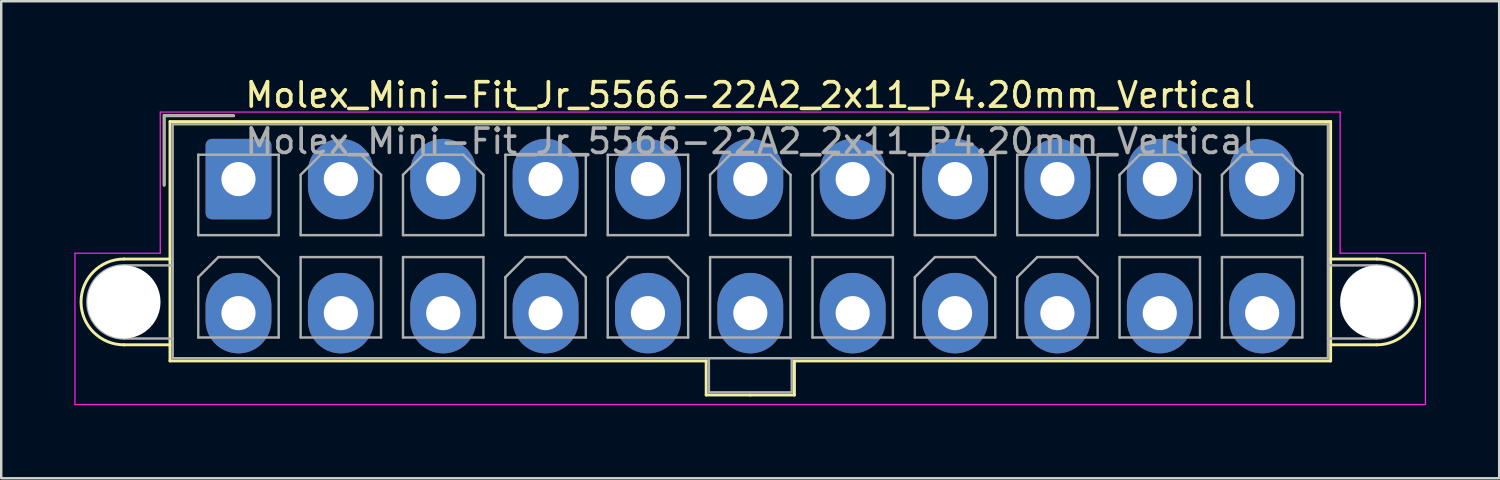
<source format=kicad_pcb>
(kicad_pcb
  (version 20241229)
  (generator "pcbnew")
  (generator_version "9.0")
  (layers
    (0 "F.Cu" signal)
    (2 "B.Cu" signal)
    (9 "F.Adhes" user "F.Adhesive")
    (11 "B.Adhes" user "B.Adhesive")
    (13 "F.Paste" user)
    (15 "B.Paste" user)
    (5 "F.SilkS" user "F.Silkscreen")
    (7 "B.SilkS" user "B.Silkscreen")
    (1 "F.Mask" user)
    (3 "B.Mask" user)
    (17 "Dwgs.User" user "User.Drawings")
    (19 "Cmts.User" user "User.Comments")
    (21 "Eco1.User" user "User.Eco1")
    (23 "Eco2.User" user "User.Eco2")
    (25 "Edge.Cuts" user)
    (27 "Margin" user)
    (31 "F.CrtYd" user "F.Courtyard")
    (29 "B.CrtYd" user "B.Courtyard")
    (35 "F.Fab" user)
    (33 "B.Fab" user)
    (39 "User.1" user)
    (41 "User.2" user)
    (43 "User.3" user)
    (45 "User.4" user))
  (footprint "Molex_Mini-Fit_Jr_5566-22A2_2x11_P4.20mm_Vertical"
    (layer "F.Cu")
    (at 6.735 4.298)
    (property "Reference" "Molex_Mini-Fit_Jr_5566-22A2_2x11_P4.20mm_Vertical" (at 21 -3.45 0) (layer "F.SilkS") (effects (font (size 1 1) (thickness 0.15))))
    (attr through_hole)
    (fp_line (start -4.7 3.28) (end -2.81 3.28) (stroke (width 0.12) (type solid)) (layer "F.SilkS"))
    (fp_line (start -4.7 6.8) (end -2.81 6.8) (stroke (width 0.12) (type solid)) (layer "F.SilkS"))
    (fp_line (start -3.05 -2.6) (end -3.05 0.25) (stroke (width 0.12) (type solid)) (layer "F.SilkS"))
    (fp_line (start -2.81 -2.36) (end -2.81 7.46) (stroke (width 0.12) (type solid)) (layer "F.SilkS"))
    (fp_line (start -2.81 7.46) (end 19.19 7.46) (stroke (width 0.12) (type solid)) (layer "F.SilkS"))
    (fp_line (start -0.2 -2.6) (end -3.05 -2.6) (stroke (width 0.12) (type solid)) (layer "F.SilkS"))
    (fp_line (start 19.19 7.46) (end 19.19 8.86) (stroke (width 0.12) (type solid)) (layer "F.SilkS"))
    (fp_line (start 19.19 8.86) (end 21 8.86) (stroke (width 0.12) (type solid)) (layer "F.SilkS"))
    (fp_line (start 21 -2.36) (end -2.81 -2.36) (stroke (width 0.12) (type solid)) (layer "F.SilkS"))
    (fp_line (start 21 -2.36) (end 44.81 -2.36) (stroke (width 0.12) (type solid)) (layer "F.SilkS"))
    (fp_line (start 22.81 7.46) (end 22.81 8.86) (stroke (width 0.12) (type solid)) (layer "F.SilkS"))
    (fp_line (start 22.81 8.86) (end 21 8.86) (stroke (width 0.12) (type solid)) (layer "F.SilkS"))
    (fp_line (start 44.81 -2.36) (end 44.81 7.46) (stroke (width 0.12) (type solid)) (layer "F.SilkS"))
    (fp_line (start 44.81 7.46) (end 22.81 7.46) (stroke (width 0.12) (type solid)) (layer "F.SilkS"))
    (fp_line (start 46.7 3.28) (end 44.81 3.28) (stroke (width 0.12) (type solid)) (layer "F.SilkS"))
    (fp_line (start 46.7 6.8) (end 44.81 6.8) (stroke (width 0.12) (type solid)) (layer "F.SilkS"))
    (fp_arc (start -4.7 6.8) (mid -6.46 5.04) (end -4.7 3.28) (stroke (width 0.12) (type solid)) (layer "F.SilkS"))
    (fp_arc (start 46.7 3.28) (mid 48.46 5.04) (end 46.7 6.8) (stroke (width 0.12) (type solid)) (layer "F.SilkS"))
    (fp_line (start -6.71 3.04) (end -6.71 9.25) (stroke (width 0.05) (type solid)) (layer "F.CrtYd"))
    (fp_line (start -6.71 9.25) (end 48.7 9.25) (stroke (width 0.05) (type solid)) (layer "F.CrtYd"))
    (fp_line (start -3.21 -2.75) (end -3.21 3.04) (stroke (width 0.05) (type solid)) (layer "F.CrtYd"))
    (fp_line (start -3.21 3.04) (end -6.71 3.04) (stroke (width 0.05) (type solid)) (layer "F.CrtYd"))
    (fp_line (start 45.2 -2.75) (end -3.21 -2.75) (stroke (width 0.05) (type solid)) (layer "F.CrtYd"))
    (fp_line (start 45.2 3.04) (end 45.2 -2.75) (stroke (width 0.05) (type solid)) (layer "F.CrtYd"))
    (fp_line (start 48.7 3.04) (end 45.2 3.04) (stroke (width 0.05) (type solid)) (layer "F.CrtYd"))
    (fp_line (start 48.7 9.25) (end 48.7 3.04) (stroke (width 0.05) (type solid)) (layer "F.CrtYd"))
    (fp_line (start -4.7 3.54) (end -2.7 3.54) (stroke (width 0.1) (type solid)) (layer "F.Fab"))
    (fp_line (start -4.7 6.54) (end -2.7 6.54) (stroke (width 0.1) (type solid)) (layer "F.Fab"))
    (fp_line (start -3.05 -2.6) (end -3.05 0.25) (stroke (width 0.1) (type solid)) (layer "F.Fab"))
    (fp_line (start -2.7 -2.25) (end -2.7 7.35) (stroke (width 0.1) (type solid)) (layer "F.Fab"))
    (fp_line (start -2.7 7.35) (end 44.7 7.35) (stroke (width 0.1) (type solid)) (layer "F.Fab"))
    (fp_line (start -1.65 -1) (end -1.65 2.3) (stroke (width 0.1) (type solid)) (layer "F.Fab"))
    (fp_line (start -1.65 2.3) (end 1.65 2.3) (stroke (width 0.1) (type solid)) (layer "F.Fab"))
    (fp_line (start -1.65 4.025) (end -0.825 3.2) (stroke (width 0.1) (type solid)) (layer "F.Fab"))
    (fp_line (start -1.65 6.5) (end -1.65 4.025) (stroke (width 0.1) (type solid)) (layer "F.Fab"))
    (fp_line (start -0.825 3.2) (end 0.825 3.2) (stroke (width 0.1) (type solid)) (layer "F.Fab"))
    (fp_line (start -0.2 -2.6) (end -3.05 -2.6) (stroke (width 0.1) (type solid)) (layer "F.Fab"))
    (fp_line (start 0.825 3.2) (end 1.65 4.025) (stroke (width 0.1) (type solid)) (layer "F.Fab"))
    (fp_line (start 1.65 -1) (end -1.65 -1) (stroke (width 0.1) (type solid)) (layer "F.Fab"))
    (fp_line (start 1.65 2.3) (end 1.65 -1) (stroke (width 0.1) (type solid)) (layer "F.Fab"))
    (fp_line (start 1.65 4.025) (end 1.65 6.5) (stroke (width 0.1) (type solid)) (layer "F.Fab"))
    (fp_line (start 1.65 6.5) (end -1.65 6.5) (stroke (width 0.1) (type solid)) (layer "F.Fab"))
    (fp_line (start 2.55 -0.175) (end 3.375 -1) (stroke (width 0.1) (type solid)) (layer "F.Fab"))
    (fp_line (start 2.55 2.3) (end 2.55 -0.175) (stroke (width 0.1) (type solid)) (layer "F.Fab"))
    (fp_line (start 2.55 3.2) (end 2.55 6.5) (stroke (width 0.1) (type solid)) (layer "F.Fab"))
    (fp_line (start 2.55 6.5) (end 5.85 6.5) (stroke (width 0.1) (type solid)) (layer "F.Fab"))
    (fp_line (start 3.375 -1) (end 5.025 -1) (stroke (width 0.1) (type solid)) (layer "F.Fab"))
    (fp_line (start 5.025 -1) (end 5.85 -0.175) (stroke (width 0.1) (type solid)) (layer "F.Fab"))
    (fp_line (start 5.85 -0.175) (end 5.85 2.3) (stroke (width 0.1) (type solid)) (layer "F.Fab"))
    (fp_line (start 5.85 2.3) (end 2.55 2.3) (stroke (width 0.1) (type solid)) (layer "F.Fab"))
    (fp_line (start 5.85 3.2) (end 2.55 3.2) (stroke (width 0.1) (type solid)) (layer "F.Fab"))
    (fp_line (start 5.85 6.5) (end 5.85 3.2) (stroke (width 0.1) (type solid)) (layer "F.Fab"))
    (fp_line (start 6.75 -0.175) (end 7.575 -1) (stroke (width 0.1) (type solid)) (layer "F.Fab"))
    (fp_line (start 6.75 2.3) (end 6.75 -0.175) (stroke (width 0.1) (type solid)) (layer "F.Fab"))
    (fp_line (start 6.75 3.2) (end 6.75 6.5) (stroke (width 0.1) (type solid)) (layer "F.Fab"))
    (fp_line (start 6.75 6.5) (end 10.05 6.5) (stroke (width 0.1) (type solid)) (layer "F.Fab"))
    (fp_line (start 7.575 -1) (end 9.225 -1) (stroke (width 0.1) (type solid)) (layer "F.Fab"))
    (fp_line (start 9.225 -1) (end 10.05 -0.175) (stroke (width 0.1) (type solid)) (layer "F.Fab"))
    (fp_line (start 10.05 -0.175) (end 10.05 2.3) (stroke (width 0.1) (type solid)) (layer "F.Fab"))
    (fp_line (start 10.05 2.3) (end 6.75 2.3) (stroke (width 0.1) (type solid)) (layer "F.Fab"))
    (fp_line (start 10.05 3.2) (end 6.75 3.2) (stroke (width 0.1) (type solid)) (layer "F.Fab"))
    (fp_line (start 10.05 6.5) (end 10.05 3.2) (stroke (width 0.1) (type solid)) (layer "F.Fab"))
    (fp_line (start 10.95 -1) (end 10.95 2.3) (stroke (width 0.1) (type solid)) (layer "F.Fab"))
    (fp_line (start 10.95 2.3) (end 14.25 2.3) (stroke (width 0.1) (type solid)) (layer "F.Fab"))
    (fp_line (start 10.95 4.025) (end 11.775 3.2) (stroke (width 0.1) (type solid)) (layer "F.Fab"))
    (fp_line (start 10.95 6.5) (end 10.95 4.025) (stroke (width 0.1) (type solid)) (layer "F.Fab"))
    (fp_line (start 11.775 3.2) (end 13.425 3.2) (stroke (width 0.1) (type solid)) (layer "F.Fab"))
    (fp_line (start 13.425 3.2) (end 14.25 4.025) (stroke (width 0.1) (type solid)) (layer "F.Fab"))
    (fp_line (start 14.25 -1) (end 10.95 -1) (stroke (width 0.1) (type solid)) (layer "F.Fab"))
    (fp_line (start 14.25 2.3) (end 14.25 -1) (stroke (width 0.1) (type solid)) (layer "F.Fab"))
    (fp_line (start 14.25 4.025) (end 14.25 6.5) (stroke (width 0.1) (type solid)) (layer "F.Fab"))
    (fp_line (start 14.25 6.5) (end 10.95 6.5) (stroke (width 0.1) (type solid)) (layer "F.Fab"))
    (fp_line (start 15.15 -1) (end 15.15 2.3) (stroke (width 0.1) (type solid)) (layer "F.Fab"))
    (fp_line (start 15.15 2.3) (end 18.45 2.3) (stroke (width 0.1) (type solid)) (layer "F.Fab"))
    (fp_line (start 15.15 4.025) (end 15.975 3.2) (stroke (width 0.1) (type solid)) (layer "F.Fab"))
    (fp_line (start 15.15 6.5) (end 15.15 4.025) (stroke (width 0.1) (type solid)) (layer "F.Fab"))
    (fp_line (start 15.975 3.2) (end 17.625 3.2) (stroke (width 0.1) (type solid)) (layer "F.Fab"))
    (fp_line (start 17.625 3.2) (end 18.45 4.025) (stroke (width 0.1) (type solid)) (layer "F.Fab"))
    (fp_line (start 18.45 -1) (end 15.15 -1) (stroke (width 0.1) (type solid)) (layer "F.Fab"))
    (fp_line (start 18.45 2.3) (end 18.45 -1) (stroke (width 0.1) (type solid)) (layer "F.Fab"))
    (fp_line (start 18.45 4.025) (end 18.45 6.5) (stroke (width 0.1) (type solid)) (layer "F.Fab"))
    (fp_line (start 18.45 6.5) (end 15.15 6.5) (stroke (width 0.1) (type solid)) (layer "F.Fab"))
    (fp_line (start 19.3 7.35) (end 19.3 8.75) (stroke (width 0.1) (type solid)) (layer "F.Fab"))
    (fp_line (start 19.3 8.75) (end 22.7 8.75) (stroke (width 0.1) (type solid)) (layer "F.Fab"))
    (fp_line (start 19.35 -0.175) (end 20.175 -1) (stroke (width 0.1) (type solid)) (layer "F.Fab"))
    (fp_line (start 19.35 2.3) (end 19.35 -0.175) (stroke (width 0.1) (type solid)) (layer "F.Fab"))
    (fp_line (start 19.35 3.2) (end 19.35 6.5) (stroke (width 0.1) (type solid)) (layer "F.Fab"))
    (fp_line (start 19.35 6.5) (end 22.65 6.5) (stroke (width 0.1) (type solid)) (layer "F.Fab"))
    (fp_line (start 20.175 -1) (end 21.825 -1) (stroke (width 0.1) (type solid)) (layer "F.Fab"))
    (fp_line (start 21.825 -1) (end 22.65 -0.175) (stroke (width 0.1) (type solid)) (layer "F.Fab"))
    (fp_line (start 22.65 -0.175) (end 22.65 2.3) (stroke (width 0.1) (type solid)) (layer "F.Fab"))
    (fp_line (start 22.65 2.3) (end 19.35 2.3) (stroke (width 0.1) (type solid)) (layer "F.Fab"))
    (fp_line (start 22.65 3.2) (end 19.35 3.2) (stroke (width 0.1) (type solid)) (layer "F.Fab"))
    (fp_line (start 22.65 6.5) (end 22.65 3.2) (stroke (width 0.1) (type solid)) (layer "F.Fab"))
    (fp_line (start 22.7 8.75) (end 22.7 7.35) (stroke (width 0.1) (type solid)) (layer "F.Fab"))
    (fp_line (start 23.55 -0.175) (end 24.375 -1) (stroke (width 0.1) (type solid)) (layer "F.Fab"))
    (fp_line (start 23.55 2.3) (end 23.55 -0.175) (stroke (width 0.1) (type solid)) (layer "F.Fab"))
    (fp_line (start 23.55 3.2) (end 23.55 6.5) (stroke (width 0.1) (type solid)) (layer "F.Fab"))
    (fp_line (start 23.55 6.5) (end 26.85 6.5) (stroke (width 0.1) (type solid)) (layer "F.Fab"))
    (fp_line (start 24.375 -1) (end 26.025 -1) (stroke (width 0.1) (type solid)) (layer "F.Fab"))
    (fp_line (start 26.025 -1) (end 26.85 -0.175) (stroke (width 0.1) (type solid)) (layer "F.Fab"))
    (fp_line (start 26.85 -0.175) (end 26.85 2.3) (stroke (width 0.1) (type solid)) (layer "F.Fab"))
    (fp_line (start 26.85 2.3) (end 23.55 2.3) (stroke (width 0.1) (type solid)) (layer "F.Fab"))
    (fp_line (start 26.85 3.2) (end 23.55 3.2) (stroke (width 0.1) (type solid)) (layer "F.Fab"))
    (fp_line (start 26.85 6.5) (end 26.85 3.2) (stroke (width 0.1) (type solid)) (layer "F.Fab"))
    (fp_line (start 27.75 -1) (end 27.75 2.3) (stroke (width 0.1) (type solid)) (layer "F.Fab"))
    (fp_line (start 27.75 2.3) (end 31.05 2.3) (stroke (width 0.1) (type solid)) (layer "F.Fab"))
    (fp_line (start 27.75 4.025) (end 28.575 3.2) (stroke (width 0.1) (type solid)) (layer "F.Fab"))
    (fp_line (start 27.75 6.5) (end 27.75 4.025) (stroke (width 0.1) (type solid)) (layer "F.Fab"))
    (fp_line (start 28.575 3.2) (end 30.225 3.2) (stroke (width 0.1) (type solid)) (layer "F.Fab"))
    (fp_line (start 30.225 3.2) (end 31.05 4.025) (stroke (width 0.1) (type solid)) (layer "F.Fab"))
    (fp_line (start 31.05 -1) (end 27.75 -1) (stroke (width 0.1) (type solid)) (layer "F.Fab"))
    (fp_line (start 31.05 2.3) (end 31.05 -1) (stroke (width 0.1) (type solid)) (layer "F.Fab"))
    (fp_line (start 31.05 4.025) (end 31.05 6.5) (stroke (width 0.1) (type solid)) (layer "F.Fab"))
    (fp_line (start 31.05 6.5) (end 27.75 6.5) (stroke (width 0.1) (type solid)) (layer "F.Fab"))
    (fp_line (start 31.95 -1) (end 31.95 2.3) (stroke (width 0.1) (type solid)) (layer "F.Fab"))
    (fp_line (start 31.95 2.3) (end 35.25 2.3) (stroke (width 0.1) (type solid)) (layer "F.Fab"))
    (fp_line (start 31.95 4.025) (end 32.775 3.2) (stroke (width 0.1) (type solid)) (layer "F.Fab"))
    (fp_line (start 31.95 6.5) (end 31.95 4.025) (stroke (width 0.1) (type solid)) (layer "F.Fab"))
    (fp_line (start 32.775 3.2) (end 34.425 3.2) (stroke (width 0.1) (type solid)) (layer "F.Fab"))
    (fp_line (start 34.425 3.2) (end 35.25 4.025) (stroke (width 0.1) (type solid)) (layer "F.Fab"))
    (fp_line (start 35.25 -1) (end 31.95 -1) (stroke (width 0.1) (type solid)) (layer "F.Fab"))
    (fp_line (start 35.25 2.3) (end 35.25 -1) (stroke (width 0.1) (type solid)) (layer "F.Fab"))
    (fp_line (start 35.25 4.025) (end 35.25 6.5) (stroke (width 0.1) (type solid)) (layer "F.Fab"))
    (fp_line (start 35.25 6.5) (end 31.95 6.5) (stroke (width 0.1) (type solid)) (layer "F.Fab"))
    (fp_line (start 36.15 -0.175) (end 36.975 -1) (stroke (width 0.1) (type solid)) (layer "F.Fab"))
    (fp_line (start 36.15 2.3) (end 36.15 -0.175) (stroke (width 0.1) (type solid)) (layer "F.Fab"))
    (fp_line (start 36.15 3.2) (end 36.15 6.5) (stroke (width 0.1) (type solid)) (layer "F.Fab"))
    (fp_line (start 36.15 6.5) (end 39.45 6.5) (stroke (width 0.1) (type solid)) (layer "F.Fab"))
    (fp_line (start 36.975 -1) (end 38.625 -1) (stroke (width 0.1) (type solid)) (layer "F.Fab"))
    (fp_line (start 38.625 -1) (end 39.45 -0.175) (stroke (width 0.1) (type solid)) (layer "F.Fab"))
    (fp_line (start 39.45 -0.175) (end 39.45 2.3) (stroke (width 0.1) (type solid)) (layer "F.Fab"))
    (fp_line (start 39.45 2.3) (end 36.15 2.3) (stroke (width 0.1) (type solid)) (layer "F.Fab"))
    (fp_line (start 39.45 3.2) (end 36.15 3.2) (stroke (width 0.1) (type solid)) (layer "F.Fab"))
    (fp_line (start 39.45 6.5) (end 39.45 3.2) (stroke (width 0.1) (type solid)) (layer "F.Fab"))
    (fp_line (start 40.35 -0.175) (end 41.175 -1) (stroke (width 0.1) (type solid)) (layer "F.Fab"))
    (fp_line (start 40.35 2.3) (end 40.35 -0.175) (stroke (width 0.1) (type solid)) (layer "F.Fab"))
    (fp_line (start 40.35 3.2) (end 40.35 6.5) (stroke (width 0.1) (type solid)) (layer "F.Fab"))
    (fp_line (start 40.35 6.5) (end 43.65 6.5) (stroke (width 0.1) (type solid)) (layer "F.Fab"))
    (fp_line (start 41.175 -1) (end 42.825 -1) (stroke (width 0.1) (type solid)) (layer "F.Fab"))
    (fp_line (start 42.825 -1) (end 43.65 -0.175) (stroke (width 0.1) (type solid)) (layer "F.Fab"))
    (fp_line (start 43.65 -0.175) (end 43.65 2.3) (stroke (width 0.1) (type solid)) (layer "F.Fab"))
    (fp_line (start 43.65 2.3) (end 40.35 2.3) (stroke (width 0.1) (type solid)) (layer "F.Fab"))
    (fp_line (start 43.65 3.2) (end 40.35 3.2) (stroke (width 0.1) (type solid)) (layer "F.Fab"))
    (fp_line (start 43.65 6.5) (end 43.65 3.2) (stroke (width 0.1) (type solid)) (layer "F.Fab"))
    (fp_line (start 44.7 -2.25) (end -2.7 -2.25) (stroke (width 0.1) (type solid)) (layer "F.Fab"))
    (fp_line (start 44.7 7.35) (end 44.7 -2.25) (stroke (width 0.1) (type solid)) (layer "F.Fab"))
    (fp_line (start 46.7 3.54) (end 44.7 3.54) (stroke (width 0.1) (type solid)) (layer "F.Fab"))
    (fp_line (start 46.7 6.54) (end 44.7 6.54) (stroke (width 0.1) (type solid)) (layer "F.Fab"))
    (fp_arc (start -4.7 6.54) (mid -6.2 5.04) (end -4.7 3.54) (stroke (width 0.1) (type solid)) (layer "F.Fab"))
    (fp_arc (start 46.7 3.54) (mid 48.2 5.04) (end 46.7 6.54) (stroke (width 0.1) (type solid)) (layer "F.Fab"))
    (fp_text user "${REFERENCE}" (at 21 -1.55 0) (layer "F.Fab") (effects (font (size 1 1) (thickness 0.15))))
    (pad "" np_thru_hole circle (at -4.7 5.04) (size 3 3) (drill 3) (layers "*.Cu" "*.Mask"))
    (pad "" np_thru_hole circle (at 46.7 5.04) (size 3 3) (drill 3) (layers "*.Cu" "*.Mask"))
    (pad "1" thru_hole roundrect (at 0 0) (size 2.7 3.3) (drill 1.4) (layers "*.Cu" "*.Mask") (roundrect_rratio 0.093))
    (pad "2" thru_hole oval (at 4.2 0) (size 2.7 3.3) (drill 1.4) (layers "*.Cu" "*.Mask"))
    (pad "3" thru_hole oval (at 8.4 0) (size 2.7 3.3) (drill 1.4) (layers "*.Cu" "*.Mask"))
    (pad "4" thru_hole oval (at 12.6 0) (size 2.7 3.3) (drill 1.4) (layers "*.Cu" "*.Mask"))
    (pad "5" thru_hole oval (at 16.8 0) (size 2.7 3.3) (drill 1.4) (layers "*.Cu" "*.Mask"))
    (pad "6" thru_hole oval (at 21 0) (size 2.7 3.3) (drill 1.4) (layers "*.Cu" "*.Mask"))
    (pad "7" thru_hole oval (at 25.2 0) (size 2.7 3.3) (drill 1.4) (layers "*.Cu" "*.Mask"))
    (pad "8" thru_hole oval (at 29.4 0) (size 2.7 3.3) (drill 1.4) (layers "*.Cu" "*.Mask"))
    (pad "9" thru_hole oval (at 33.6 0) (size 2.7 3.3) (drill 1.4) (layers "*.Cu" "*.Mask"))
    (pad "10" thru_hole oval (at 37.8 0) (size 2.7 3.3) (drill 1.4) (layers "*.Cu" "*.Mask"))
    (pad "11" thru_hole oval (at 42 0) (size 2.7 3.3) (drill 1.4) (layers "*.Cu" "*.Mask"))
    (pad "12" thru_hole oval (at 0 5.5) (size 2.7 3.3) (drill 1.4) (layers "*.Cu" "*.Mask"))
    (pad "13" thru_hole oval (at 4.2 5.5) (size 2.7 3.3) (drill 1.4) (layers "*.Cu" "*.Mask"))
    (pad "14" thru_hole oval (at 8.4 5.5) (size 2.7 3.3) (drill 1.4) (layers "*.Cu" "*.Mask"))
    (pad "15" thru_hole oval (at 12.6 5.5) (size 2.7 3.3) (drill 1.4) (layers "*.Cu" "*.Mask"))
    (pad "16" thru_hole oval (at 16.8 5.5) (size 2.7 3.3) (drill 1.4) (layers "*.Cu" "*.Mask"))
    (pad "17" thru_hole oval (at 21 5.5) (size 2.7 3.3) (drill 1.4) (layers "*.Cu" "*.Mask"))
    (pad "18" thru_hole oval (at 25.2 5.5) (size 2.7 3.3) (drill 1.4) (layers "*.Cu" "*.Mask"))
    (pad "19" thru_hole oval (at 29.4 5.5) (size 2.7 3.3) (drill 1.4) (layers "*.Cu" "*.Mask"))
    (pad "20" thru_hole oval (at 33.6 5.5) (size 2.7 3.3) (drill 1.4) (layers "*.Cu" "*.Mask"))
    (pad "21" thru_hole oval (at 37.8 5.5) (size 2.7 3.3) (drill 1.4) (layers "*.Cu" "*.Mask"))
    (pad "22" thru_hole oval (at 42 5.5) (size 2.7 3.3) (drill 1.4) (layers "*.Cu" "*.Mask")))
  (gr_rect
    (start -3 -3)
    (end 58.46 16.573)
    (stroke (width 0.1) (type default))
    (fill no)
    (layer "Edge.Cuts")))
</source>
